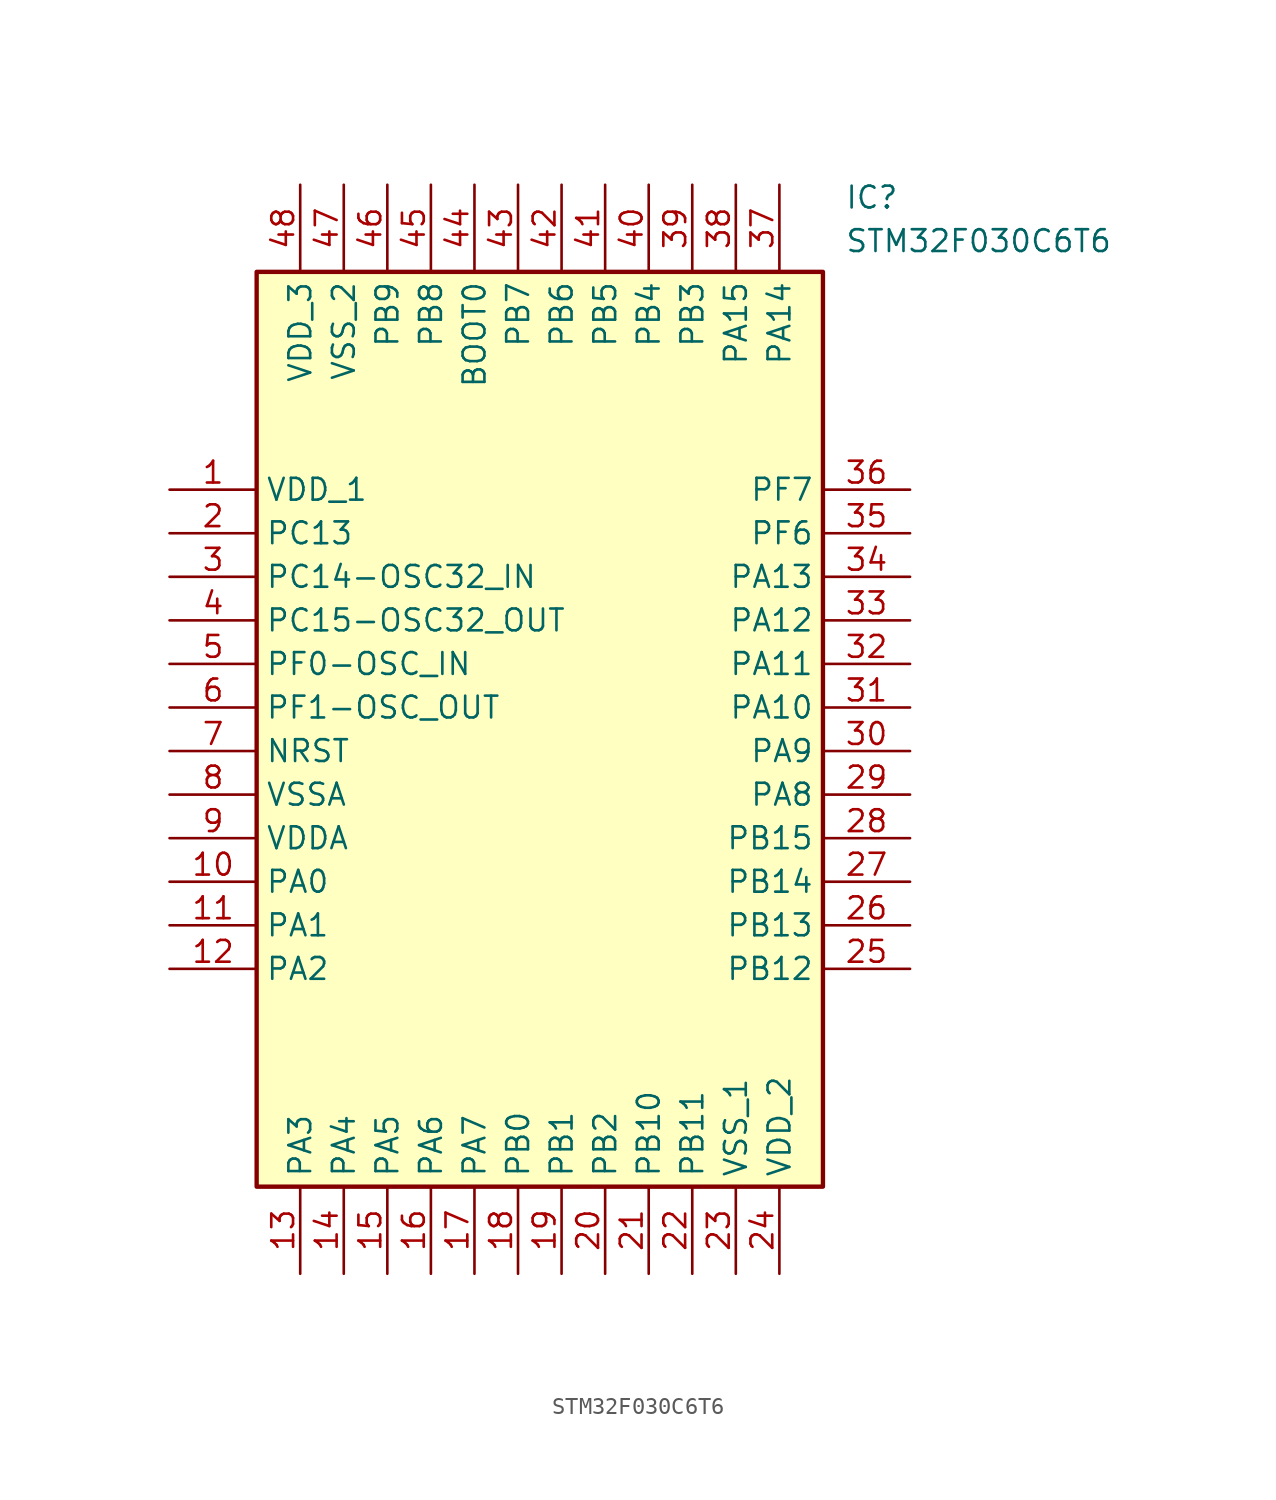
<source format=kicad_sym>
(kicad_symbol_lib
  (version 20211014)
  (generator SamacSys_ECAD_Model)
  (symbol "STM32F030C6T6"
    (property "Reference" "IC"
      (at 39.37 17.78 0)
      (effects (font (size 1.27 1.27)) (justify left top)))
    (property "Value" "STM32F030C6T6"
      (at 39.37 15.24 0)
      (effects (font (size 1.27 1.27)) (justify left top)))
    (rectangle
      (start 5.08 12.7)
      (end 38.1 -40.64)
      (stroke (width 0.254) (type default))
      (fill (type background)))
    (pin passive line
      (at 0 0 0)
      (length 5.08)
      (name "VDD_1" (effects (font (size 1.27 1.27))))
      (number "1" (effects (font (size 1.27 1.27)))))
    (pin passive line
      (at 0 -2.54 0)
      (length 5.08)
      (name "PC13" (effects (font (size 1.27 1.27))))
      (number "2" (effects (font (size 1.27 1.27)))))
    (pin passive line
      (at 0 -5.08 0)
      (length 5.08)
      (name "PC14-OSC32_IN" (effects (font (size 1.27 1.27))))
      (number "3" (effects (font (size 1.27 1.27)))))
    (pin passive line
      (at 0 -7.62 0)
      (length 5.08)
      (name "PC15-OSC32_OUT" (effects (font (size 1.27 1.27))))
      (number "4" (effects (font (size 1.27 1.27)))))
    (pin passive line
      (at 0 -10.16 0)
      (length 5.08)
      (name "PF0-OSC_IN" (effects (font (size 1.27 1.27))))
      (number "5" (effects (font (size 1.27 1.27)))))
    (pin passive line
      (at 0 -12.7 0)
      (length 5.08)
      (name "PF1-OSC_OUT" (effects (font (size 1.27 1.27))))
      (number "6" (effects (font (size 1.27 1.27)))))
    (pin passive line
      (at 0 -15.24 0)
      (length 5.08)
      (name "NRST" (effects (font (size 1.27 1.27))))
      (number "7" (effects (font (size 1.27 1.27)))))
    (pin passive line
      (at 0 -17.78 0)
      (length 5.08)
      (name "VSSA" (effects (font (size 1.27 1.27))))
      (number "8" (effects (font (size 1.27 1.27)))))
    (pin passive line
      (at 0 -20.32 0)
      (length 5.08)
      (name "VDDA" (effects (font (size 1.27 1.27))))
      (number "9" (effects (font (size 1.27 1.27)))))
    (pin passive line
      (at 0 -22.86 0)
      (length 5.08)
      (name "PA0" (effects (font (size 1.27 1.27))))
      (number "10" (effects (font (size 1.27 1.27)))))
    (pin passive line
      (at 0 -25.4 0)
      (length 5.08)
      (name "PA1" (effects (font (size 1.27 1.27))))
      (number "11" (effects (font (size 1.27 1.27)))))
    (pin passive line
      (at 0 -27.94 0)
      (length 5.08)
      (name "PA2" (effects (font (size 1.27 1.27))))
      (number "12" (effects (font (size 1.27 1.27)))))
    (pin passive line
      (at 7.62 -45.72 90)
      (length 5.08)
      (name "PA3" (effects (font (size 1.27 1.27))))
      (number "13" (effects (font (size 1.27 1.27)))))
    (pin passive line
      (at 10.16 -45.72 90)
      (length 5.08)
      (name "PA4" (effects (font (size 1.27 1.27))))
      (number "14" (effects (font (size 1.27 1.27)))))
    (pin passive line
      (at 12.7 -45.72 90)
      (length 5.08)
      (name "PA5" (effects (font (size 1.27 1.27))))
      (number "15" (effects (font (size 1.27 1.27)))))
    (pin passive line
      (at 15.24 -45.72 90)
      (length 5.08)
      (name "PA6" (effects (font (size 1.27 1.27))))
      (number "16" (effects (font (size 1.27 1.27)))))
    (pin passive line
      (at 17.78 -45.72 90)
      (length 5.08)
      (name "PA7" (effects (font (size 1.27 1.27))))
      (number "17" (effects (font (size 1.27 1.27)))))
    (pin passive line
      (at 20.32 -45.72 90)
      (length 5.08)
      (name "PB0" (effects (font (size 1.27 1.27))))
      (number "18" (effects (font (size 1.27 1.27)))))
    (pin passive line
      (at 22.86 -45.72 90)
      (length 5.08)
      (name "PB1" (effects (font (size 1.27 1.27))))
      (number "19" (effects (font (size 1.27 1.27)))))
    (pin passive line
      (at 25.4 -45.72 90)
      (length 5.08)
      (name "PB2" (effects (font (size 1.27 1.27))))
      (number "20" (effects (font (size 1.27 1.27)))))
    (pin passive line
      (at 27.94 -45.72 90)
      (length 5.08)
      (name "PB10" (effects (font (size 1.27 1.27))))
      (number "21" (effects (font (size 1.27 1.27)))))
    (pin passive line
      (at 30.48 -45.72 90)
      (length 5.08)
      (name "PB11" (effects (font (size 1.27 1.27))))
      (number "22" (effects (font (size 1.27 1.27)))))
    (pin passive line
      (at 33.02 -45.72 90)
      (length 5.08)
      (name "VSS_1" (effects (font (size 1.27 1.27))))
      (number "23" (effects (font (size 1.27 1.27)))))
    (pin passive line
      (at 35.56 -45.72 90)
      (length 5.08)
      (name "VDD_2" (effects (font (size 1.27 1.27))))
      (number "24" (effects (font (size 1.27 1.27)))))
    (pin passive line
      (at 43.18 0 180)
      (length 5.08)
      (name "PF7" (effects (font (size 1.27 1.27))))
      (number "36" (effects (font (size 1.27 1.27)))))
    (pin passive line
      (at 43.18 -2.54 180)
      (length 5.08)
      (name "PF6" (effects (font (size 1.27 1.27))))
      (number "35" (effects (font (size 1.27 1.27)))))
    (pin passive line
      (at 43.18 -5.08 180)
      (length 5.08)
      (name "PA13" (effects (font (size 1.27 1.27))))
      (number "34" (effects (font (size 1.27 1.27)))))
    (pin passive line
      (at 43.18 -7.62 180)
      (length 5.08)
      (name "PA12" (effects (font (size 1.27 1.27))))
      (number "33" (effects (font (size 1.27 1.27)))))
    (pin passive line
      (at 43.18 -10.16 180)
      (length 5.08)
      (name "PA11" (effects (font (size 1.27 1.27))))
      (number "32" (effects (font (size 1.27 1.27)))))
    (pin passive line
      (at 43.18 -12.7 180)
      (length 5.08)
      (name "PA10" (effects (font (size 1.27 1.27))))
      (number "31" (effects (font (size 1.27 1.27)))))
    (pin passive line
      (at 43.18 -15.24 180)
      (length 5.08)
      (name "PA9" (effects (font (size 1.27 1.27))))
      (number "30" (effects (font (size 1.27 1.27)))))
    (pin passive line
      (at 43.18 -17.78 180)
      (length 5.08)
      (name "PA8" (effects (font (size 1.27 1.27))))
      (number "29" (effects (font (size 1.27 1.27)))))
    (pin passive line
      (at 43.18 -20.32 180)
      (length 5.08)
      (name "PB15" (effects (font (size 1.27 1.27))))
      (number "28" (effects (font (size 1.27 1.27)))))
    (pin passive line
      (at 43.18 -22.86 180)
      (length 5.08)
      (name "PB14" (effects (font (size 1.27 1.27))))
      (number "27" (effects (font (size 1.27 1.27)))))
    (pin passive line
      (at 43.18 -25.4 180)
      (length 5.08)
      (name "PB13" (effects (font (size 1.27 1.27))))
      (number "26" (effects (font (size 1.27 1.27)))))
    (pin passive line
      (at 43.18 -27.94 180)
      (length 5.08)
      (name "PB12" (effects (font (size 1.27 1.27))))
      (number "25" (effects (font (size 1.27 1.27)))))
    (pin passive line
      (at 7.62 17.78 270)
      (length 5.08)
      (name "VDD_3" (effects (font (size 1.27 1.27))))
      (number "48" (effects (font (size 1.27 1.27)))))
    (pin passive line
      (at 10.16 17.78 270)
      (length 5.08)
      (name "VSS_2" (effects (font (size 1.27 1.27))))
      (number "47" (effects (font (size 1.27 1.27)))))
    (pin passive line
      (at 12.7 17.78 270)
      (length 5.08)
      (name "PB9" (effects (font (size 1.27 1.27))))
      (number "46" (effects (font (size 1.27 1.27)))))
    (pin passive line
      (at 15.24 17.78 270)
      (length 5.08)
      (name "PB8" (effects (font (size 1.27 1.27))))
      (number "45" (effects (font (size 1.27 1.27)))))
    (pin passive line
      (at 17.78 17.78 270)
      (length 5.08)
      (name "BOOT0" (effects (font (size 1.27 1.27))))
      (number "44" (effects (font (size 1.27 1.27)))))
    (pin passive line
      (at 20.32 17.78 270)
      (length 5.08)
      (name "PB7" (effects (font (size 1.27 1.27))))
      (number "43" (effects (font (size 1.27 1.27)))))
    (pin passive line
      (at 22.86 17.78 270)
      (length 5.08)
      (name "PB6" (effects (font (size 1.27 1.27))))
      (number "42" (effects (font (size 1.27 1.27)))))
    (pin passive line
      (at 25.4 17.78 270)
      (length 5.08)
      (name "PB5" (effects (font (size 1.27 1.27))))
      (number "41" (effects (font (size 1.27 1.27)))))
    (pin passive line
      (at 27.94 17.78 270)
      (length 5.08)
      (name "PB4" (effects (font (size 1.27 1.27))))
      (number "40" (effects (font (size 1.27 1.27)))))
    (pin passive line
      (at 30.48 17.78 270)
      (length 5.08)
      (name "PB3" (effects (font (size 1.27 1.27))))
      (number "39" (effects (font (size 1.27 1.27)))))
    (pin passive line
      (at 33.02 17.78 270)
      (length 5.08)
      (name "PA15" (effects (font (size 1.27 1.27))))
      (number "38" (effects (font (size 1.27 1.27)))))
    (pin passive line
      (at 35.56 17.78 270)
      (length 5.08)
      (name "PA14" (effects (font (size 1.27 1.27))))
      (number "37" (effects (font (size 1.27 1.27)))))))
</source>
